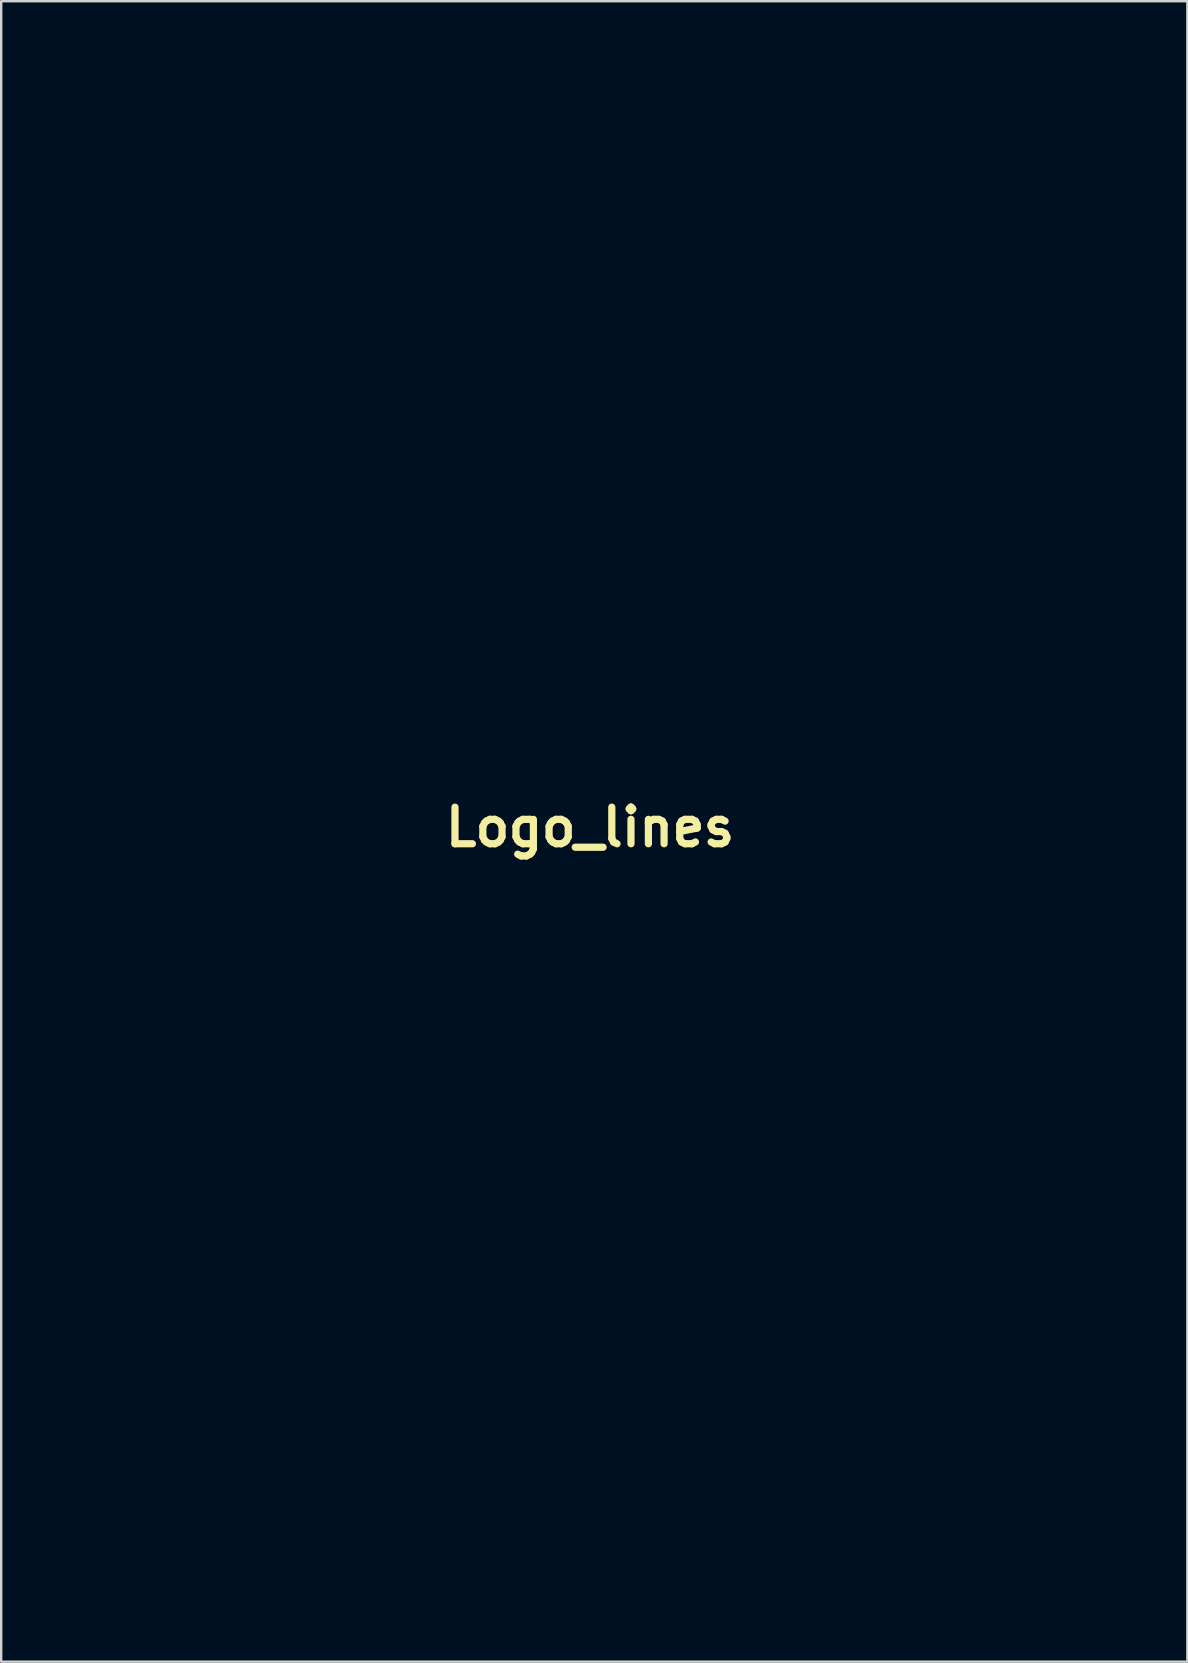
<source format=kicad_pcb>
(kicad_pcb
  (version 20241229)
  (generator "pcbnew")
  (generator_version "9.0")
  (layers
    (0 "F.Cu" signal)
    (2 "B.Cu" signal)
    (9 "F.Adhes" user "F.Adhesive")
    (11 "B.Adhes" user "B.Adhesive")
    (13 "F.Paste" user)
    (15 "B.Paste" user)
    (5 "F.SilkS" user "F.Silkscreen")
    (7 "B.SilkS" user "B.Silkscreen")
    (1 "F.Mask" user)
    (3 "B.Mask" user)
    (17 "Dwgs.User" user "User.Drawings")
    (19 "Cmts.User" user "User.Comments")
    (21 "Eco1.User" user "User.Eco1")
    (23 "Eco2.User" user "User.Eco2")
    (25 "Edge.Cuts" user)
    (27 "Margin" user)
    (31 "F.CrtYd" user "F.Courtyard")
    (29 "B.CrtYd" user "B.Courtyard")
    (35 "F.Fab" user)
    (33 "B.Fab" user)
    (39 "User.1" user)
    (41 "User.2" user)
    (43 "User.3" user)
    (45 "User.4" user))
  (footprint "Logo_lines"
    (layer "F.Cu")
    (at 21.524 31.402)
    (property "Reference" "Logo_lines" (at 0 0 0) (layer "F.SilkS") (effects (font (size 1.524 1.524) (thickness 0.3))))
    (attr through_hole)
    (fp_poly (pts (xy 21.872 31.75) (xy -21.519 31.75) (xy -21.519 -31.397) (xy 21.872 -31.397) (xy 21.872 31.75)) (stroke (width 0.01) (type solid)) (fill no) (layer "Eco2.User")))
  (gr_rect
    (start -3 -3)
    (end 46.402 66.157)
    (stroke (width 0.1) (type default))
    (fill no)
    (layer "Edge.Cuts")))
</source>
